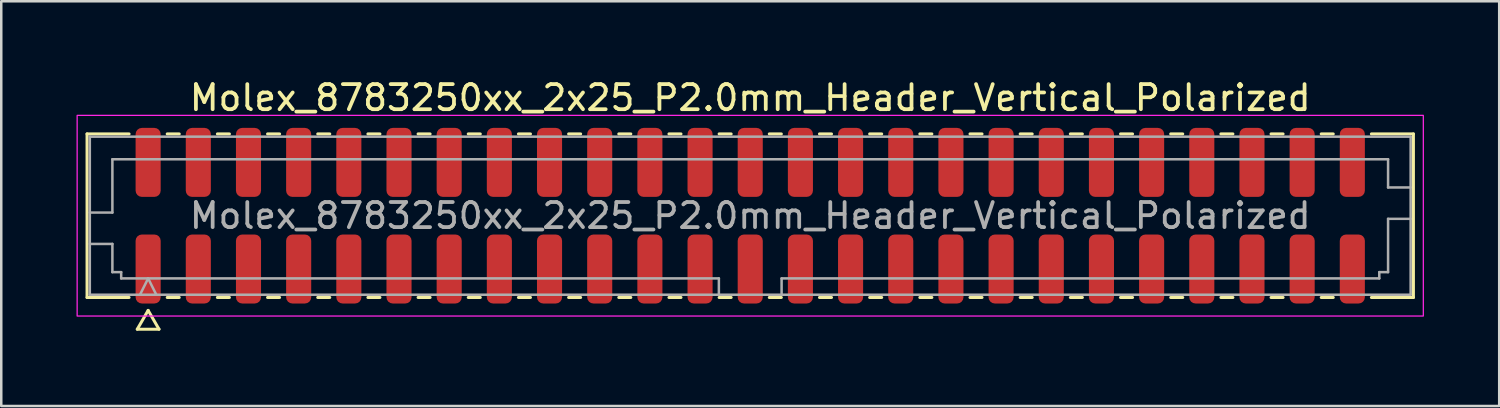
<source format=kicad_pcb>
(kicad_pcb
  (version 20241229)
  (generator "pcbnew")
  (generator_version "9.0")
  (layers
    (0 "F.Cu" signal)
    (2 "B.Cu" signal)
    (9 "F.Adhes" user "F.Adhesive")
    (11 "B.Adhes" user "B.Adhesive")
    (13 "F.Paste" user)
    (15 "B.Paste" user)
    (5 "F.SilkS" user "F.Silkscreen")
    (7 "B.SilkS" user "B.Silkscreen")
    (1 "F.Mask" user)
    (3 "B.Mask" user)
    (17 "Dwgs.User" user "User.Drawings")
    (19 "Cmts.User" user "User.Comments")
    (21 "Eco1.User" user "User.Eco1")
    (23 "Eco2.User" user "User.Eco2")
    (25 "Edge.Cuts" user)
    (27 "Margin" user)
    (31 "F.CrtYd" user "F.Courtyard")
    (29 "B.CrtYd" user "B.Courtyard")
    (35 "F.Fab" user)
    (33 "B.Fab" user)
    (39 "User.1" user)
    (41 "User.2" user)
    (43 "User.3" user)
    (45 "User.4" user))
  (footprint "Molex_8783250xx_2x25_P2.0mm_Header_Vertical_Polarized"
    (layer "F.Cu")
    (at 26.855 5.548)
    (property "Reference" "Molex_8783250xx_2x25_P2.0mm_Header_Vertical_Polarized" (at 0 -4.7 0) (layer "F.SilkS") (effects (font (size 1 1) (thickness 0.15))))
    (attr smd)
    (fp_line (start -26.435 -3.26) (end -24.76 -3.26) (stroke (width 0.12) (type solid)) (layer "F.SilkS"))
    (fp_line (start -26.435 3.26) (end -26.435 -3.26) (stroke (width 0.12) (type solid)) (layer "F.SilkS"))
    (fp_line (start -24.76 3.26) (end -26.435 3.26) (stroke (width 0.12) (type solid)) (layer "F.SilkS"))
    (fp_line (start -24.433 4.525) (end -24 3.775) (stroke (width 0.12) (type solid)) (layer "F.SilkS"))
    (fp_line (start -24 3.775) (end -23.567 4.525) (stroke (width 0.12) (type solid)) (layer "F.SilkS"))
    (fp_line (start -23.567 4.525) (end -24.433 4.525) (stroke (width 0.12) (type solid)) (layer "F.SilkS"))
    (fp_line (start -23.24 -3.26) (end -22.76 -3.26) (stroke (width 0.12) (type solid)) (layer "F.SilkS"))
    (fp_line (start -22.76 3.26) (end -23.24 3.26) (stroke (width 0.12) (type solid)) (layer "F.SilkS"))
    (fp_line (start -21.24 -3.26) (end -20.76 -3.26) (stroke (width 0.12) (type solid)) (layer "F.SilkS"))
    (fp_line (start -20.76 3.26) (end -21.24 3.26) (stroke (width 0.12) (type solid)) (layer "F.SilkS"))
    (fp_line (start -19.24 -3.26) (end -18.76 -3.26) (stroke (width 0.12) (type solid)) (layer "F.SilkS"))
    (fp_line (start -18.76 3.26) (end -19.24 3.26) (stroke (width 0.12) (type solid)) (layer "F.SilkS"))
    (fp_line (start -17.24 -3.26) (end -16.76 -3.26) (stroke (width 0.12) (type solid)) (layer "F.SilkS"))
    (fp_line (start -16.76 3.26) (end -17.24 3.26) (stroke (width 0.12) (type solid)) (layer "F.SilkS"))
    (fp_line (start -15.24 -3.26) (end -14.76 -3.26) (stroke (width 0.12) (type solid)) (layer "F.SilkS"))
    (fp_line (start -14.76 3.26) (end -15.24 3.26) (stroke (width 0.12) (type solid)) (layer "F.SilkS"))
    (fp_line (start -13.24 -3.26) (end -12.76 -3.26) (stroke (width 0.12) (type solid)) (layer "F.SilkS"))
    (fp_line (start -12.76 3.26) (end -13.24 3.26) (stroke (width 0.12) (type solid)) (layer "F.SilkS"))
    (fp_line (start -11.24 -3.26) (end -10.76 -3.26) (stroke (width 0.12) (type solid)) (layer "F.SilkS"))
    (fp_line (start -10.76 3.26) (end -11.24 3.26) (stroke (width 0.12) (type solid)) (layer "F.SilkS"))
    (fp_line (start -9.24 -3.26) (end -8.76 -3.26) (stroke (width 0.12) (type solid)) (layer "F.SilkS"))
    (fp_line (start -8.76 3.26) (end -9.24 3.26) (stroke (width 0.12) (type solid)) (layer "F.SilkS"))
    (fp_line (start -7.24 -3.26) (end -6.76 -3.26) (stroke (width 0.12) (type solid)) (layer "F.SilkS"))
    (fp_line (start -6.76 3.26) (end -7.24 3.26) (stroke (width 0.12) (type solid)) (layer "F.SilkS"))
    (fp_line (start -5.24 -3.26) (end -4.76 -3.26) (stroke (width 0.12) (type solid)) (layer "F.SilkS"))
    (fp_line (start -4.76 3.26) (end -5.24 3.26) (stroke (width 0.12) (type solid)) (layer "F.SilkS"))
    (fp_line (start -3.24 -3.26) (end -2.76 -3.26) (stroke (width 0.12) (type solid)) (layer "F.SilkS"))
    (fp_line (start -2.76 3.26) (end -3.24 3.26) (stroke (width 0.12) (type solid)) (layer "F.SilkS"))
    (fp_line (start -1.24 -3.26) (end -0.76 -3.26) (stroke (width 0.12) (type solid)) (layer "F.SilkS"))
    (fp_line (start -0.76 3.26) (end -1.24 3.26) (stroke (width 0.12) (type solid)) (layer "F.SilkS"))
    (fp_line (start 0.76 -3.26) (end 1.24 -3.26) (stroke (width 0.12) (type solid)) (layer "F.SilkS"))
    (fp_line (start 1.24 3.26) (end 0.76 3.26) (stroke (width 0.12) (type solid)) (layer "F.SilkS"))
    (fp_line (start 2.76 -3.26) (end 3.24 -3.26) (stroke (width 0.12) (type solid)) (layer "F.SilkS"))
    (fp_line (start 3.24 3.26) (end 2.76 3.26) (stroke (width 0.12) (type solid)) (layer "F.SilkS"))
    (fp_line (start 4.76 -3.26) (end 5.24 -3.26) (stroke (width 0.12) (type solid)) (layer "F.SilkS"))
    (fp_line (start 5.24 3.26) (end 4.76 3.26) (stroke (width 0.12) (type solid)) (layer "F.SilkS"))
    (fp_line (start 6.76 -3.26) (end 7.24 -3.26) (stroke (width 0.12) (type solid)) (layer "F.SilkS"))
    (fp_line (start 7.24 3.26) (end 6.76 3.26) (stroke (width 0.12) (type solid)) (layer "F.SilkS"))
    (fp_line (start 8.76 -3.26) (end 9.24 -3.26) (stroke (width 0.12) (type solid)) (layer "F.SilkS"))
    (fp_line (start 9.24 3.26) (end 8.76 3.26) (stroke (width 0.12) (type solid)) (layer "F.SilkS"))
    (fp_line (start 10.76 -3.26) (end 11.24 -3.26) (stroke (width 0.12) (type solid)) (layer "F.SilkS"))
    (fp_line (start 11.24 3.26) (end 10.76 3.26) (stroke (width 0.12) (type solid)) (layer "F.SilkS"))
    (fp_line (start 12.76 -3.26) (end 13.24 -3.26) (stroke (width 0.12) (type solid)) (layer "F.SilkS"))
    (fp_line (start 13.24 3.26) (end 12.76 3.26) (stroke (width 0.12) (type solid)) (layer "F.SilkS"))
    (fp_line (start 14.76 -3.26) (end 15.24 -3.26) (stroke (width 0.12) (type solid)) (layer "F.SilkS"))
    (fp_line (start 15.24 3.26) (end 14.76 3.26) (stroke (width 0.12) (type solid)) (layer "F.SilkS"))
    (fp_line (start 16.76 -3.26) (end 17.24 -3.26) (stroke (width 0.12) (type solid)) (layer "F.SilkS"))
    (fp_line (start 17.24 3.26) (end 16.76 3.26) (stroke (width 0.12) (type solid)) (layer "F.SilkS"))
    (fp_line (start 18.76 -3.26) (end 19.24 -3.26) (stroke (width 0.12) (type solid)) (layer "F.SilkS"))
    (fp_line (start 19.24 3.26) (end 18.76 3.26) (stroke (width 0.12) (type solid)) (layer "F.SilkS"))
    (fp_line (start 20.76 -3.26) (end 21.24 -3.26) (stroke (width 0.12) (type solid)) (layer "F.SilkS"))
    (fp_line (start 21.24 3.26) (end 20.76 3.26) (stroke (width 0.12) (type solid)) (layer "F.SilkS"))
    (fp_line (start 22.76 -3.26) (end 23.24 -3.26) (stroke (width 0.12) (type solid)) (layer "F.SilkS"))
    (fp_line (start 23.24 3.26) (end 22.76 3.26) (stroke (width 0.12) (type solid)) (layer "F.SilkS"))
    (fp_line (start 24.76 -3.26) (end 26.435 -3.26) (stroke (width 0.12) (type solid)) (layer "F.SilkS"))
    (fp_line (start 26.435 -3.26) (end 26.435 3.26) (stroke (width 0.12) (type solid)) (layer "F.SilkS"))
    (fp_line (start 26.435 3.26) (end 24.76 3.26) (stroke (width 0.12) (type solid)) (layer "F.SilkS"))
    (fp_rect (start -26.83 -4) (end 26.83 4) (stroke (width 0.05) (type solid)) (fill no) (layer "F.CrtYd"))
    (fp_line (start -26.325 -3.15) (end 26.325 -3.15) (stroke (width 0.1) (type solid)) (layer "F.Fab"))
    (fp_line (start -26.325 -0.125) (end -25.425 -0.125) (stroke (width 0.1) (type solid)) (layer "F.Fab"))
    (fp_line (start -26.325 1.125) (end -25.425 1.125) (stroke (width 0.1) (type solid)) (layer "F.Fab"))
    (fp_line (start -26.325 3.15) (end -26.325 -3.15) (stroke (width 0.1) (type solid)) (layer "F.Fab"))
    (fp_line (start -25.425 -2.25) (end 25.425 -2.25) (stroke (width 0.1) (type solid)) (layer "F.Fab"))
    (fp_line (start -25.425 -0.125) (end -25.425 -2.25) (stroke (width 0.1) (type solid)) (layer "F.Fab"))
    (fp_line (start -25.425 1.125) (end -25.425 2.25) (stroke (width 0.1) (type solid)) (layer "F.Fab"))
    (fp_line (start -25.425 2.25) (end -25.075 2.25) (stroke (width 0.1) (type solid)) (layer "F.Fab"))
    (fp_line (start -25.075 2.25) (end -25.075 2.5) (stroke (width 0.1) (type solid)) (layer "F.Fab"))
    (fp_line (start -25.075 2.5) (end -1.25 2.5) (stroke (width 0.1) (type solid)) (layer "F.Fab"))
    (fp_line (start -24.325 3.15) (end -24 2.5) (stroke (width 0.1) (type solid)) (layer "F.Fab"))
    (fp_line (start -24 2.5) (end -23.675 3.15) (stroke (width 0.1) (type solid)) (layer "F.Fab"))
    (fp_line (start -1.25 2.5) (end -1.25 3.15) (stroke (width 0.1) (type solid)) (layer "F.Fab"))
    (fp_line (start 1.25 2.5) (end 1.25 3.15) (stroke (width 0.1) (type solid)) (layer "F.Fab"))
    (fp_line (start 1.25 2.5) (end 25.075 2.5) (stroke (width 0.1) (type solid)) (layer "F.Fab"))
    (fp_line (start 25.075 2.25) (end 25.425 2.25) (stroke (width 0.1) (type solid)) (layer "F.Fab"))
    (fp_line (start 25.075 2.5) (end 25.075 2.25) (stroke (width 0.1) (type solid)) (layer "F.Fab"))
    (fp_line (start 25.425 -2.25) (end 25.425 -1.125) (stroke (width 0.1) (type solid)) (layer "F.Fab"))
    (fp_line (start 25.425 -1.125) (end 26.325 -1.125) (stroke (width 0.1) (type solid)) (layer "F.Fab"))
    (fp_line (start 25.425 0.125) (end 26.325 0.125) (stroke (width 0.1) (type solid)) (layer "F.Fab"))
    (fp_line (start 25.425 2.25) (end 25.425 0.125) (stroke (width 0.1) (type solid)) (layer "F.Fab"))
    (fp_line (start 26.325 -3.15) (end 26.325 3.15) (stroke (width 0.1) (type solid)) (layer "F.Fab"))
    (fp_line (start 26.325 3.15) (end -26.325 3.15) (stroke (width 0.1) (type solid)) (layer "F.Fab"))
    (fp_text user "${REFERENCE}" (at 0 0 0) (layer "F.Fab") (effects (font (size 1 1) (thickness 0.15))))
    (pad "1" smd roundrect (at -24 2.125) (size 1 2.75) (layers "F.Cu" "F.Mask" "F.Paste") (roundrect_rratio 0.25))
    (pad "2" smd roundrect (at -24 -2.125) (size 1 2.75) (layers "F.Cu" "F.Mask" "F.Paste") (roundrect_rratio 0.25))
    (pad "3" smd roundrect (at -22 2.125) (size 1 2.75) (layers "F.Cu" "F.Mask" "F.Paste") (roundrect_rratio 0.25))
    (pad "4" smd roundrect (at -22 -2.125) (size 1 2.75) (layers "F.Cu" "F.Mask" "F.Paste") (roundrect_rratio 0.25))
    (pad "5" smd roundrect (at -20 2.125) (size 1 2.75) (layers "F.Cu" "F.Mask" "F.Paste") (roundrect_rratio 0.25))
    (pad "6" smd roundrect (at -20 -2.125) (size 1 2.75) (layers "F.Cu" "F.Mask" "F.Paste") (roundrect_rratio 0.25))
    (pad "7" smd roundrect (at -18 2.125) (size 1 2.75) (layers "F.Cu" "F.Mask" "F.Paste") (roundrect_rratio 0.25))
    (pad "8" smd roundrect (at -18 -2.125) (size 1 2.75) (layers "F.Cu" "F.Mask" "F.Paste") (roundrect_rratio 0.25))
    (pad "9" smd roundrect (at -16 2.125) (size 1 2.75) (layers "F.Cu" "F.Mask" "F.Paste") (roundrect_rratio 0.25))
    (pad "10" smd roundrect (at -16 -2.125) (size 1 2.75) (layers "F.Cu" "F.Mask" "F.Paste") (roundrect_rratio 0.25))
    (pad "11" smd roundrect (at -14 2.125) (size 1 2.75) (layers "F.Cu" "F.Mask" "F.Paste") (roundrect_rratio 0.25))
    (pad "12" smd roundrect (at -14 -2.125) (size 1 2.75) (layers "F.Cu" "F.Mask" "F.Paste") (roundrect_rratio 0.25))
    (pad "13" smd roundrect (at -12 2.125) (size 1 2.75) (layers "F.Cu" "F.Mask" "F.Paste") (roundrect_rratio 0.25))
    (pad "14" smd roundrect (at -12 -2.125) (size 1 2.75) (layers "F.Cu" "F.Mask" "F.Paste") (roundrect_rratio 0.25))
    (pad "15" smd roundrect (at -10 2.125) (size 1 2.75) (layers "F.Cu" "F.Mask" "F.Paste") (roundrect_rratio 0.25))
    (pad "16" smd roundrect (at -10 -2.125) (size 1 2.75) (layers "F.Cu" "F.Mask" "F.Paste") (roundrect_rratio 0.25))
    (pad "17" smd roundrect (at -8 2.125) (size 1 2.75) (layers "F.Cu" "F.Mask" "F.Paste") (roundrect_rratio 0.25))
    (pad "18" smd roundrect (at -8 -2.125) (size 1 2.75) (layers "F.Cu" "F.Mask" "F.Paste") (roundrect_rratio 0.25))
    (pad "19" smd roundrect (at -6 2.125) (size 1 2.75) (layers "F.Cu" "F.Mask" "F.Paste") (roundrect_rratio 0.25))
    (pad "20" smd roundrect (at -6 -2.125) (size 1 2.75) (layers "F.Cu" "F.Mask" "F.Paste") (roundrect_rratio 0.25))
    (pad "21" smd roundrect (at -4 2.125) (size 1 2.75) (layers "F.Cu" "F.Mask" "F.Paste") (roundrect_rratio 0.25))
    (pad "22" smd roundrect (at -4 -2.125) (size 1 2.75) (layers "F.Cu" "F.Mask" "F.Paste") (roundrect_rratio 0.25))
    (pad "23" smd roundrect (at -2 2.125) (size 1 2.75) (layers "F.Cu" "F.Mask" "F.Paste") (roundrect_rratio 0.25))
    (pad "24" smd roundrect (at -2 -2.125) (size 1 2.75) (layers "F.Cu" "F.Mask" "F.Paste") (roundrect_rratio 0.25))
    (pad "25" smd roundrect (at 0 2.125) (size 1 2.75) (layers "F.Cu" "F.Mask" "F.Paste") (roundrect_rratio 0.25))
    (pad "26" smd roundrect (at 0 -2.125) (size 1 2.75) (layers "F.Cu" "F.Mask" "F.Paste") (roundrect_rratio 0.25))
    (pad "27" smd roundrect (at 2 2.125) (size 1 2.75) (layers "F.Cu" "F.Mask" "F.Paste") (roundrect_rratio 0.25))
    (pad "28" smd roundrect (at 2 -2.125) (size 1 2.75) (layers "F.Cu" "F.Mask" "F.Paste") (roundrect_rratio 0.25))
    (pad "29" smd roundrect (at 4 2.125) (size 1 2.75) (layers "F.Cu" "F.Mask" "F.Paste") (roundrect_rratio 0.25))
    (pad "30" smd roundrect (at 4 -2.125) (size 1 2.75) (layers "F.Cu" "F.Mask" "F.Paste") (roundrect_rratio 0.25))
    (pad "31" smd roundrect (at 6 2.125) (size 1 2.75) (layers "F.Cu" "F.Mask" "F.Paste") (roundrect_rratio 0.25))
    (pad "32" smd roundrect (at 6 -2.125) (size 1 2.75) (layers "F.Cu" "F.Mask" "F.Paste") (roundrect_rratio 0.25))
    (pad "33" smd roundrect (at 8 2.125) (size 1 2.75) (layers "F.Cu" "F.Mask" "F.Paste") (roundrect_rratio 0.25))
    (pad "34" smd roundrect (at 8 -2.125) (size 1 2.75) (layers "F.Cu" "F.Mask" "F.Paste") (roundrect_rratio 0.25))
    (pad "35" smd roundrect (at 10 2.125) (size 1 2.75) (layers "F.Cu" "F.Mask" "F.Paste") (roundrect_rratio 0.25))
    (pad "36" smd roundrect (at 10 -2.125) (size 1 2.75) (layers "F.Cu" "F.Mask" "F.Paste") (roundrect_rratio 0.25))
    (pad "37" smd roundrect (at 12 2.125) (size 1 2.75) (layers "F.Cu" "F.Mask" "F.Paste") (roundrect_rratio 0.25))
    (pad "38" smd roundrect (at 12 -2.125) (size 1 2.75) (layers "F.Cu" "F.Mask" "F.Paste") (roundrect_rratio 0.25))
    (pad "39" smd roundrect (at 14 2.125) (size 1 2.75) (layers "F.Cu" "F.Mask" "F.Paste") (roundrect_rratio 0.25))
    (pad "40" smd roundrect (at 14 -2.125) (size 1 2.75) (layers "F.Cu" "F.Mask" "F.Paste") (roundrect_rratio 0.25))
    (pad "41" smd roundrect (at 16 2.125) (size 1 2.75) (layers "F.Cu" "F.Mask" "F.Paste") (roundrect_rratio 0.25))
    (pad "42" smd roundrect (at 16 -2.125) (size 1 2.75) (layers "F.Cu" "F.Mask" "F.Paste") (roundrect_rratio 0.25))
    (pad "43" smd roundrect (at 18 2.125) (size 1 2.75) (layers "F.Cu" "F.Mask" "F.Paste") (roundrect_rratio 0.25))
    (pad "44" smd roundrect (at 18 -2.125) (size 1 2.75) (layers "F.Cu" "F.Mask" "F.Paste") (roundrect_rratio 0.25))
    (pad "45" smd roundrect (at 20 2.125) (size 1 2.75) (layers "F.Cu" "F.Mask" "F.Paste") (roundrect_rratio 0.25))
    (pad "46" smd roundrect (at 20 -2.125) (size 1 2.75) (layers "F.Cu" "F.Mask" "F.Paste") (roundrect_rratio 0.25))
    (pad "47" smd roundrect (at 22 2.125) (size 1 2.75) (layers "F.Cu" "F.Mask" "F.Paste") (roundrect_rratio 0.25))
    (pad "48" smd roundrect (at 22 -2.125) (size 1 2.75) (layers "F.Cu" "F.Mask" "F.Paste") (roundrect_rratio 0.25))
    (pad "49" smd roundrect (at 24 2.125) (size 1 2.75) (layers "F.Cu" "F.Mask" "F.Paste") (roundrect_rratio 0.25))
    (pad "50" smd roundrect (at 24 -2.125) (size 1 2.75) (layers "F.Cu" "F.Mask" "F.Paste") (roundrect_rratio 0.25)))
  (gr_rect
    (start -3 -3)
    (end 56.71 13.133)
    (stroke (width 0.1) (type default))
    (fill no)
    (layer "Edge.Cuts")))
</source>
